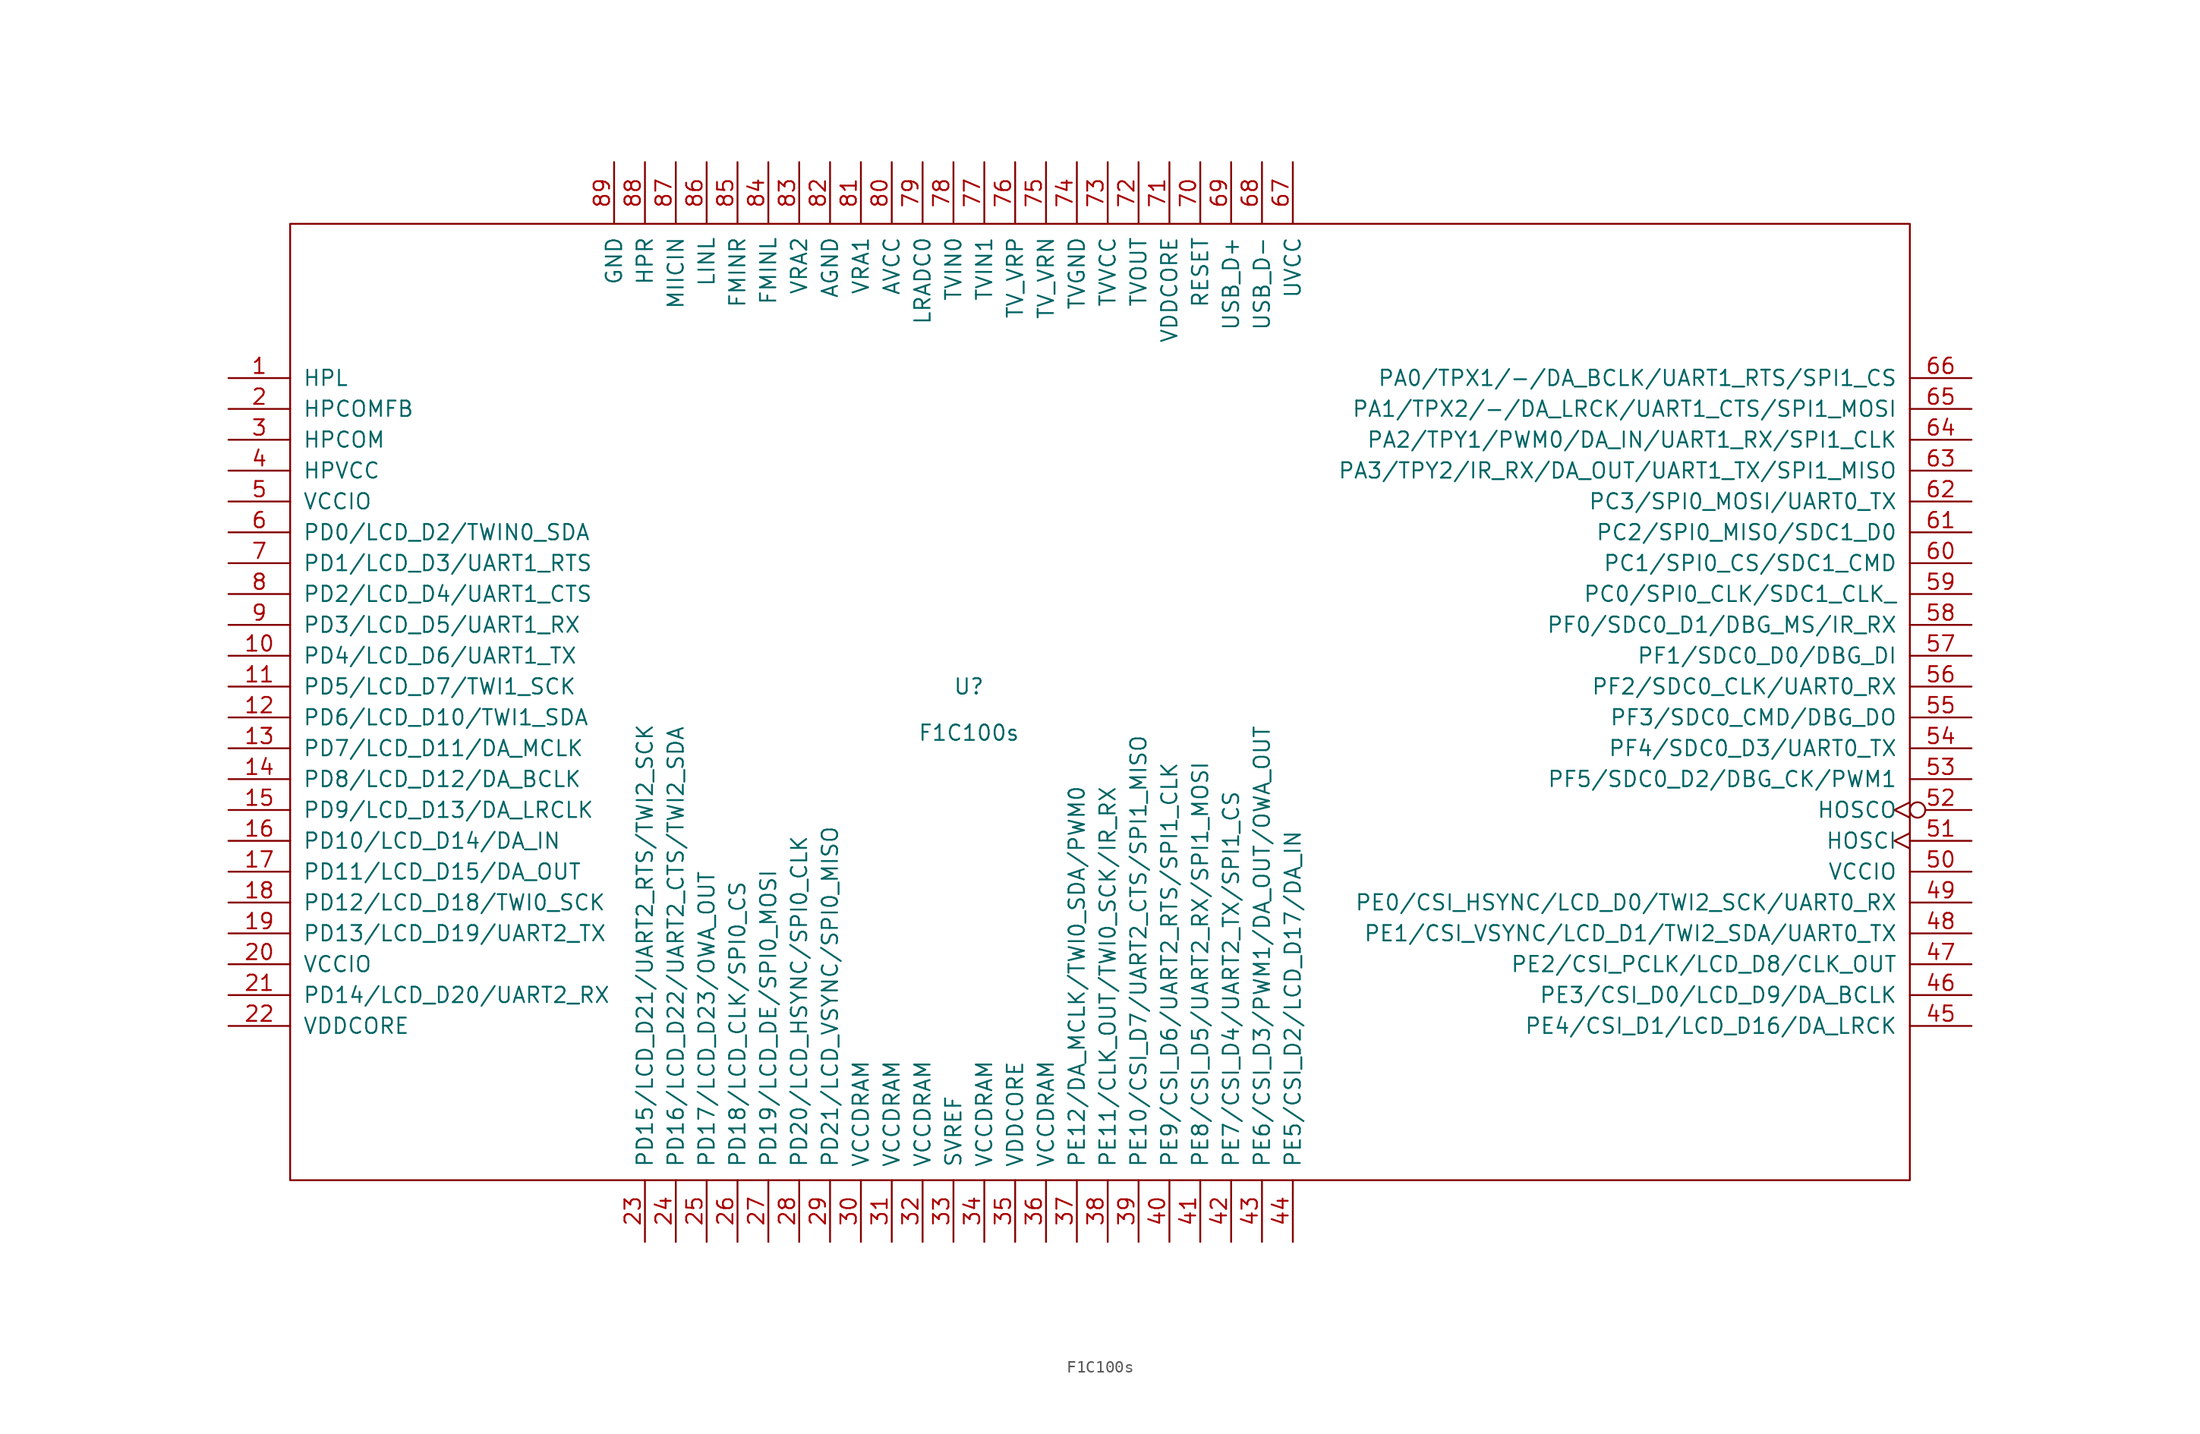
<source format=kicad_sym>
(kicad_symbol_lib
  (version 20220914)
  (generator kicad_symbol_editor)
  (symbol "F1C100s"
    (pin_names
      (offset 1.016))
    (property "Reference" "U"
      (at 0 1.27 0)
      (effects (font (size 1.27 1.27))))
    (property "Value" "F1C100s"
      (at 0 -2.54 0)
      (effects (font (size 1.27 1.27))))
    (symbol "F1C100s_0_1"
      (rectangle (start -55.88 39.37) (end 77.47 -39.37) (stroke (width 0) (type default)) (fill (type none))))
    (symbol "F1C100s_1_1"
      (pin input line (at -60.96 26.67 0) (length 5.08) (name "HPL" (effects (font (size 1.27 1.27)))) (number "1" (effects (font (size 1.27 1.27)))))
      (pin input line (at -60.96 3.81 0) (length 5.08) (name "PD4/LCD_D6/UART1_TX" (effects (font (size 1.27 1.27)))) (number "10" (effects (font (size 1.27 1.27)))))
      (pin input line (at -60.96 1.27 0) (length 5.08) (name "PD5/LCD_D7/TWI1_SCK" (effects (font (size 1.27 1.27)))) (number "11" (effects (font (size 1.27 1.27)))))
      (pin input line (at -60.96 -1.27 0) (length 5.08) (name "PD6/LCD_D10/TWI1_SDA" (effects (font (size 1.27 1.27)))) (number "12" (effects (font (size 1.27 1.27)))))
      (pin input line (at -60.96 -3.81 0) (length 5.08) (name "PD7/LCD_D11/DA_MCLK" (effects (font (size 1.27 1.27)))) (number "13" (effects (font (size 1.27 1.27)))))
      (pin input line (at -60.96 -6.35 0) (length 5.08) (name "PD8/LCD_D12/DA_BCLK" (effects (font (size 1.27 1.27)))) (number "14" (effects (font (size 1.27 1.27)))))
      (pin input line (at -60.96 -8.89 0) (length 5.08) (name "PD9/LCD_D13/DA_LRCLK" (effects (font (size 1.27 1.27)))) (number "15" (effects (font (size 1.27 1.27)))))
      (pin input line (at -60.96 -11.43 0) (length 5.08) (name "PD10/LCD_D14/DA_IN" (effects (font (size 1.27 1.27)))) (number "16" (effects (font (size 1.27 1.27)))))
      (pin input line (at -60.96 -13.97 0) (length 5.08) (name "PD11/LCD_D15/DA_OUT" (effects (font (size 1.27 1.27)))) (number "17" (effects (font (size 1.27 1.27)))))
      (pin input line (at -60.96 -16.51 0) (length 5.08) (name "PD12/LCD_D18/TWI0_SCK" (effects (font (size 1.27 1.27)))) (number "18" (effects (font (size 1.27 1.27)))))
      (pin input line (at -60.96 -19.05 0) (length 5.08) (name "PD13/LCD_D19/UART2_TX" (effects (font (size 1.27 1.27)))) (number "19" (effects (font (size 1.27 1.27)))))
      (pin input line (at -60.96 24.13 0) (length 5.08) (name "HPCOMFB" (effects (font (size 1.27 1.27)))) (number "2" (effects (font (size 1.27 1.27)))))
      (pin power_in line (at -60.96 -21.59 0) (length 5.08) (name "VCCIO" (effects (font (size 1.27 1.27)))) (number "20" (effects (font (size 1.27 1.27)))))
      (pin input line (at -60.96 -24.13 0) (length 5.08) (name "PD14/LCD_D20/UART2_RX" (effects (font (size 1.27 1.27)))) (number "21" (effects (font (size 1.27 1.27)))))
      (pin power_in line (at -60.96 -26.67 0) (length 5.08) (name "VDDCORE" (effects (font (size 1.27 1.27)))) (number "22" (effects (font (size 1.27 1.27)))))
      (pin input line (at -26.67 -44.45 90) (length 5.08) (name "PD15/LCD_D21/UART2_RTS/TWI2_SCK" (effects (font (size 1.27 1.27)))) (number "23" (effects (font (size 1.27 1.27)))))
      (pin input line (at -24.13 -44.45 90) (length 5.08) (name "PD16/LCD_D22/UART2_CTS/TWI2_SDA" (effects (font (size 1.27 1.27)))) (number "24" (effects (font (size 1.27 1.27)))))
      (pin input line (at -21.59 -44.45 90) (length 5.08) (name "PD17/LCD_D23/OWA_OUT" (effects (font (size 1.27 1.27)))) (number "25" (effects (font (size 1.27 1.27)))))
      (pin input line (at -19.05 -44.45 90) (length 5.08) (name "PD18/LCD_CLK/SPI0_CS" (effects (font (size 1.27 1.27)))) (number "26" (effects (font (size 1.27 1.27)))))
      (pin input line (at -16.51 -44.45 90) (length 5.08) (name "PD19/LCD_DE/SPI0_MOSI" (effects (font (size 1.27 1.27)))) (number "27" (effects (font (size 1.27 1.27)))))
      (pin input line (at -13.97 -44.45 90) (length 5.08) (name "PD20/LCD_HSYNC/SPI0_CLK" (effects (font (size 1.27 1.27)))) (number "28" (effects (font (size 1.27 1.27)))))
      (pin input line (at -11.43 -44.45 90) (length 5.08) (name "PD21/LCD_VSYNC/SPI0_MISO" (effects (font (size 1.27 1.27)))) (number "29" (effects (font (size 1.27 1.27)))))
      (pin input line (at -60.96 21.59 0) (length 5.08) (name "HPCOM" (effects (font (size 1.27 1.27)))) (number "3" (effects (font (size 1.27 1.27)))))
      (pin power_in line (at -8.89 -44.45 90) (length 5.08) (name "VCCDRAM" (effects (font (size 1.27 1.27)))) (number "30" (effects (font (size 1.27 1.27)))))
      (pin power_in line (at -6.35 -44.45 90) (length 5.08) (name "VCCDRAM" (effects (font (size 1.27 1.27)))) (number "31" (effects (font (size 1.27 1.27)))))
      (pin power_in line (at -3.81 -44.45 90) (length 5.08) (name "VCCDRAM" (effects (font (size 1.27 1.27)))) (number "32" (effects (font (size 1.27 1.27)))))
      (pin input line (at -1.27 -44.45 90) (length 5.08) (name "SVREF" (effects (font (size 1.27 1.27)))) (number "33" (effects (font (size 1.27 1.27)))))
      (pin power_in line (at 1.27 -44.45 90) (length 5.08) (name "VCCDRAM" (effects (font (size 1.27 1.27)))) (number "34" (effects (font (size 1.27 1.27)))))
      (pin power_in line (at 3.81 -44.45 90) (length 5.08) (name "VDDCORE" (effects (font (size 1.27 1.27)))) (number "35" (effects (font (size 1.27 1.27)))))
      (pin power_in line (at 6.35 -44.45 90) (length 5.08) (name "VCCDRAM" (effects (font (size 1.27 1.27)))) (number "36" (effects (font (size 1.27 1.27)))))
      (pin input line (at 8.89 -44.45 90) (length 5.08) (name "PE12/DA_MCLK/TWI0_SDA/PWM0" (effects (font (size 1.27 1.27)))) (number "37" (effects (font (size 1.27 1.27)))))
      (pin input line (at 11.43 -44.45 90) (length 5.08) (name "PE11/CLK_OUT/TWI0_SCK/IR_RX" (effects (font (size 1.27 1.27)))) (number "38" (effects (font (size 1.27 1.27)))))
      (pin input line (at 13.97 -44.45 90) (length 5.08) (name "PE10/CSI_D7/UART2_CTS/SPI1_MISO" (effects (font (size 1.27 1.27)))) (number "39" (effects (font (size 1.27 1.27)))))
      (pin input line (at -60.96 19.05 0) (length 5.08) (name "HPVCC" (effects (font (size 1.27 1.27)))) (number "4" (effects (font (size 1.27 1.27)))))
      (pin input line (at 16.51 -44.45 90) (length 5.08) (name "PE9/CSI_D6/UART2_RTS/SPI1_CLK" (effects (font (size 1.27 1.27)))) (number "40" (effects (font (size 1.27 1.27)))))
      (pin input line (at 19.05 -44.45 90) (length 5.08) (name "PE8/CSI_D5/UART2_RX/SPI1_MOSI" (effects (font (size 1.27 1.27)))) (number "41" (effects (font (size 1.27 1.27)))))
      (pin input line (at 21.59 -44.45 90) (length 5.08) (name "PE7/CSI_D4/UART2_TX/SPI1_CS" (effects (font (size 1.27 1.27)))) (number "42" (effects (font (size 1.27 1.27)))))
      (pin input line (at 24.13 -44.45 90) (length 5.08) (name "PE6/CSI_D3/PWM1/DA_OUT/OWA_OUT" (effects (font (size 1.27 1.27)))) (number "43" (effects (font (size 1.27 1.27)))))
      (pin input line (at 26.67 -44.45 90) (length 5.08) (name "PE5/CSI_D2/LCD_D17/DA_IN" (effects (font (size 1.27 1.27)))) (number "44" (effects (font (size 1.27 1.27)))))
      (pin input line (at 82.55 -26.67 180) (length 5.08) (name "PE4/CSI_D1/LCD_D16/DA_LRCK" (effects (font (size 1.27 1.27)))) (number "45" (effects (font (size 1.27 1.27)))))
      (pin input line (at 82.55 -24.13 180) (length 5.08) (name "PE3/CSI_D0/LCD_D9/DA_BCLK" (effects (font (size 1.27 1.27)))) (number "46" (effects (font (size 1.27 1.27)))))
      (pin input line (at 82.55 -21.59 180) (length 5.08) (name "PE2/CSI_PCLK/LCD_D8/CLK_OUT" (effects (font (size 1.27 1.27)))) (number "47" (effects (font (size 1.27 1.27)))))
      (pin input line (at 82.55 -19.05 180) (length 5.08) (name "PE1/CSI_VSYNC/LCD_D1/TWI2_SDA/UART0_TX" (effects (font (size 1.27 1.27)))) (number "48" (effects (font (size 1.27 1.27)))))
      (pin input line (at 82.55 -16.51 180) (length 5.08) (name "PE0/CSI_HSYNC/LCD_D0/TWI2_SCK/UART0_RX" (effects (font (size 1.27 1.27)))) (number "49" (effects (font (size 1.27 1.27)))))
      (pin power_in line (at -60.96 16.51 0) (length 5.08) (name "VCCIO" (effects (font (size 1.27 1.27)))) (number "5" (effects (font (size 1.27 1.27)))))
      (pin power_in line (at 82.55 -13.97 180) (length 5.08) (name "VCCIO" (effects (font (size 1.27 1.27)))) (number "50" (effects (font (size 1.27 1.27)))))
      (pin input clock (at 82.55 -11.43 180) (length 5.08) (name "HOSCI" (effects (font (size 1.27 1.27)))) (number "51" (effects (font (size 1.27 1.27)))))
      (pin output inverted_clock (at 82.55 -8.89 180) (length 5.08) (name "HOSCO" (effects (font (size 1.27 1.27)))) (number "52" (effects (font (size 1.27 1.27)))))
      (pin input line (at 82.55 -6.35 180) (length 5.08) (name "PF5/SDC0_D2/DBG_CK/PWM1" (effects (font (size 1.27 1.27)))) (number "53" (effects (font (size 1.27 1.27)))))
      (pin input line (at 82.55 -3.81 180) (length 5.08) (name "PF4/SDC0_D3/UART0_TX" (effects (font (size 1.27 1.27)))) (number "54" (effects (font (size 1.27 1.27)))))
      (pin input line (at 82.55 -1.27 180) (length 5.08) (name "PF3/SDC0_CMD/DBG_DO" (effects (font (size 1.27 1.27)))) (number "55" (effects (font (size 1.27 1.27)))))
      (pin input line (at 82.55 1.27 180) (length 5.08) (name "PF2/SDC0_CLK/UART0_RX" (effects (font (size 1.27 1.27)))) (number "56" (effects (font (size 1.27 1.27)))))
      (pin input line (at 82.55 3.81 180) (length 5.08) (name "PF1/SDC0_D0/DBG_DI" (effects (font (size 1.27 1.27)))) (number "57" (effects (font (size 1.27 1.27)))))
      (pin input line (at 82.55 6.35 180) (length 5.08) (name "PF0/SDC0_D1/DBG_MS/IR_RX" (effects (font (size 1.27 1.27)))) (number "58" (effects (font (size 1.27 1.27)))))
      (pin input line (at 82.55 8.89 180) (length 5.08) (name "PC0/SPI0_CLK/SDC1_CLK_" (effects (font (size 1.27 1.27)))) (number "59" (effects (font (size 1.27 1.27)))))
      (pin input line (at -60.96 13.97 0) (length 5.08) (name "PD0/LCD_D2/TWIN0_SDA" (effects (font (size 1.27 1.27)))) (number "6" (effects (font (size 1.27 1.27)))))
      (pin input line (at 82.55 11.43 180) (length 5.08) (name "PC1/SPI0_CS/SDC1_CMD" (effects (font (size 1.27 1.27)))) (number "60" (effects (font (size 1.27 1.27)))))
      (pin input line (at 82.55 13.97 180) (length 5.08) (name "PC2/SPI0_MISO/SDC1_D0" (effects (font (size 1.27 1.27)))) (number "61" (effects (font (size 1.27 1.27)))))
      (pin input line (at 82.55 16.51 180) (length 5.08) (name "PC3/SPI0_MOSI/UART0_TX" (effects (font (size 1.27 1.27)))) (number "62" (effects (font (size 1.27 1.27)))))
      (pin input line (at 82.55 19.05 180) (length 5.08) (name "PA3/TPY2/IR_RX/DA_OUT/UART1_TX/SPI1_MISO" (effects (font (size 1.27 1.27)))) (number "63" (effects (font (size 1.27 1.27)))))
      (pin input line (at 82.55 21.59 180) (length 5.08) (name "PA2/TPY1/PWM0/DA_IN/UART1_RX/SPI1_CLK" (effects (font (size 1.27 1.27)))) (number "64" (effects (font (size 1.27 1.27)))))
      (pin input line (at 82.55 24.13 180) (length 5.08) (name "PA1/TPX2/-/DA_LRCK/UART1_CTS/SPI1_MOSI" (effects (font (size 1.27 1.27)))) (number "65" (effects (font (size 1.27 1.27)))))
      (pin input line (at 82.55 26.67 180) (length 5.08) (name "PA0/TPX1/-/DA_BCLK/UART1_RTS/SPI1_CS" (effects (font (size 1.27 1.27)))) (number "66" (effects (font (size 1.27 1.27)))))
      (pin input line (at 26.67 44.45 270) (length 5.08) (name "UVCC" (effects (font (size 1.27 1.27)))) (number "67" (effects (font (size 1.27 1.27)))))
      (pin input line (at 24.13 44.45 270) (length 5.08) (name "USB_D-" (effects (font (size 1.27 1.27)))) (number "68" (effects (font (size 1.27 1.27)))))
      (pin input line (at 21.59 44.45 270) (length 5.08) (name "USB_D+" (effects (font (size 1.27 1.27)))) (number "69" (effects (font (size 1.27 1.27)))))
      (pin input line (at -60.96 11.43 0) (length 5.08) (name "PD1/LCD_D3/UART1_RTS" (effects (font (size 1.27 1.27)))) (number "7" (effects (font (size 1.27 1.27)))))
      (pin input line (at 19.05 44.45 270) (length 5.08) (name "RESET" (effects (font (size 1.27 1.27)))) (number "70" (effects (font (size 1.27 1.27)))))
      (pin input line (at 16.51 44.45 270) (length 5.08) (name "VDDCORE" (effects (font (size 1.27 1.27)))) (number "71" (effects (font (size 1.27 1.27)))))
      (pin input line (at 13.97 44.45 270) (length 5.08) (name "TVOUT" (effects (font (size 1.27 1.27)))) (number "72" (effects (font (size 1.27 1.27)))))
      (pin input line (at 11.43 44.45 270) (length 5.08) (name "TVVCC" (effects (font (size 1.27 1.27)))) (number "73" (effects (font (size 1.27 1.27)))))
      (pin input line (at 8.89 44.45 270) (length 5.08) (name "TVGND" (effects (font (size 1.27 1.27)))) (number "74" (effects (font (size 1.27 1.27)))))
      (pin input line (at 6.35 44.45 270) (length 5.08) (name "TV_VRN" (effects (font (size 1.27 1.27)))) (number "75" (effects (font (size 1.27 1.27)))))
      (pin input line (at 3.81 44.45 270) (length 5.08) (name "TV_VRP" (effects (font (size 1.27 1.27)))) (number "76" (effects (font (size 1.27 1.27)))))
      (pin input line (at 1.27 44.45 270) (length 5.08) (name "TVIN1" (effects (font (size 1.27 1.27)))) (number "77" (effects (font (size 1.27 1.27)))))
      (pin input line (at -1.27 44.45 270) (length 5.08) (name "TVIN0" (effects (font (size 1.27 1.27)))) (number "78" (effects (font (size 1.27 1.27)))))
      (pin input line (at -3.81 44.45 270) (length 5.08) (name "LRADC0" (effects (font (size 1.27 1.27)))) (number "79" (effects (font (size 1.27 1.27)))))
      (pin input line (at -60.96 8.89 0) (length 5.08) (name "PD2/LCD_D4/UART1_CTS" (effects (font (size 1.27 1.27)))) (number "8" (effects (font (size 1.27 1.27)))))
      (pin input line (at -6.35 44.45 270) (length 5.08) (name "AVCC" (effects (font (size 1.27 1.27)))) (number "80" (effects (font (size 1.27 1.27)))))
      (pin input line (at -8.89 44.45 270) (length 5.08) (name "VRA1" (effects (font (size 1.27 1.27)))) (number "81" (effects (font (size 1.27 1.27)))))
      (pin input line (at -11.43 44.45 270) (length 5.08) (name "AGND" (effects (font (size 1.27 1.27)))) (number "82" (effects (font (size 1.27 1.27)))))
      (pin input line (at -13.97 44.45 270) (length 5.08) (name "VRA2" (effects (font (size 1.27 1.27)))) (number "83" (effects (font (size 1.27 1.27)))))
      (pin input line (at -16.51 44.45 270) (length 5.08) (name "FMINL" (effects (font (size 1.27 1.27)))) (number "84" (effects (font (size 1.27 1.27)))))
      (pin input line (at -19.05 44.45 270) (length 5.08) (name "FMINR" (effects (font (size 1.27 1.27)))) (number "85" (effects (font (size 1.27 1.27)))))
      (pin input line (at -21.59 44.45 270) (length 5.08) (name "LINL" (effects (font (size 1.27 1.27)))) (number "86" (effects (font (size 1.27 1.27)))))
      (pin input line (at -24.13 44.45 270) (length 5.08) (name "MIICIN" (effects (font (size 1.27 1.27)))) (number "87" (effects (font (size 1.27 1.27)))))
      (pin input line (at -26.67 44.45 270) (length 5.08) (name "HPR" (effects (font (size 1.27 1.27)))) (number "88" (effects (font (size 1.27 1.27)))))
      (pin input line (at -29.21 44.45 270) (length 5.08) (name "GND" (effects (font (size 1.27 1.27)))) (number "89" (effects (font (size 1.27 1.27)))))
      (pin input line (at -60.96 6.35 0) (length 5.08) (name "PD3/LCD_D5/UART1_RX" (effects (font (size 1.27 1.27)))) (number "9" (effects (font (size 1.27 1.27))))))))
</source>
